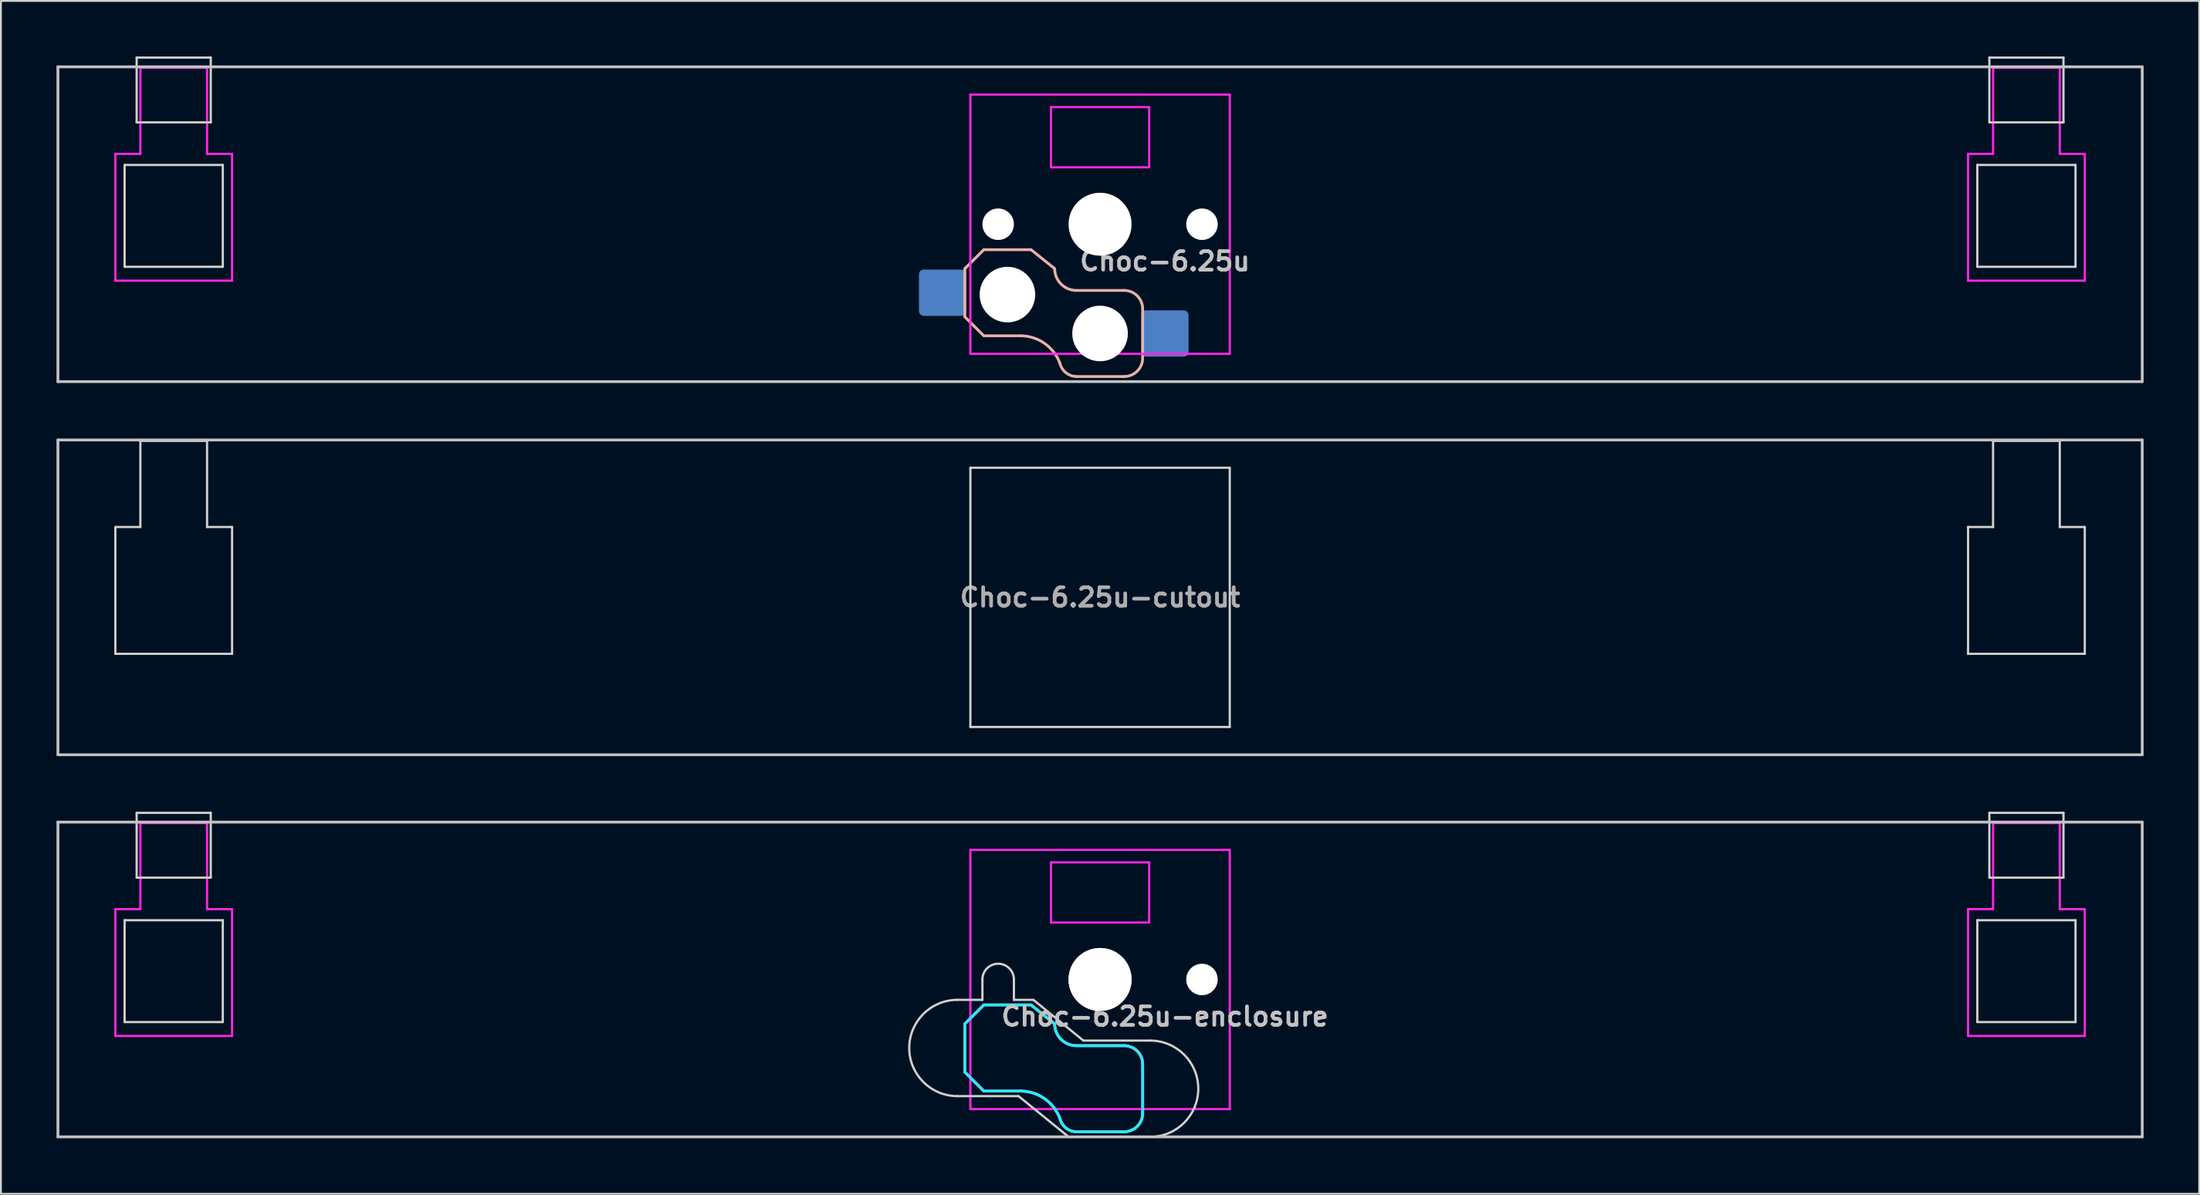
<source format=kicad_pcb>
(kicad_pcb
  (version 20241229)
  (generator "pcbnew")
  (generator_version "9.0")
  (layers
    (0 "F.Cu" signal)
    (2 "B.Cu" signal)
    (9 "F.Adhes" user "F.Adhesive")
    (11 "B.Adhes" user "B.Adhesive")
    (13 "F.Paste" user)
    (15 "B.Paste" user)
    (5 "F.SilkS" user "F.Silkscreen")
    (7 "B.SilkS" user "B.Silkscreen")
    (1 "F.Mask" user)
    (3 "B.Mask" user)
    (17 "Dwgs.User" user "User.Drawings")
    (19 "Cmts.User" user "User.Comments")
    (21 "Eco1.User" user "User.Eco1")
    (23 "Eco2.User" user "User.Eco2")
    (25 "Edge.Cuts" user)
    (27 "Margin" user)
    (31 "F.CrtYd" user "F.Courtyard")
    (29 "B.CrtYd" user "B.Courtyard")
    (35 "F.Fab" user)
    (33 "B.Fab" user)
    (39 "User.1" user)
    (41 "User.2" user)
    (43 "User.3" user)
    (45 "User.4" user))
  (footprint "Choc-6.25u"
    (layer "F.Cu")
    (at 56.326 9.06)
    (property "Reference" "Choc-6.25u" (at 3.5 2 180) (layer "Dwgs.User") (effects (font (size 1 1) (thickness 0.2))))
    (attr through_hole)
    (fp_line (start -7.3 2.4) (end -7.3 5) (stroke (width 0.15) (type solid)) (layer "B.SilkS"))
    (fp_line (start -7.3 2.4) (end -6.275 1.375) (stroke (width 0.15) (type solid)) (layer "B.SilkS"))
    (fp_line (start -7.3 5) (end -6.275 6.025) (stroke (width 0.15) (type solid)) (layer "B.SilkS"))
    (fp_line (start -4.3 6.025) (end -6.275 6.025) (stroke (width 0.15) (type solid)) (layer "B.SilkS"))
    (fp_line (start -3.725 1.375) (end -6.275 1.375) (stroke (width 0.15) (type solid)) (layer "B.SilkS"))
    (fp_line (start -3.725 1.375) (end -2.45 2.4) (stroke (width 0.15) (type solid)) (layer "B.SilkS"))
    (fp_line (start 1.3 3.575) (end -1.275 3.575) (stroke (width 0.15) (type solid)) (layer "B.SilkS"))
    (fp_line (start 1.3 8.225) (end -1.3 8.225) (stroke (width 0.15) (type solid)) (layer "B.SilkS"))
    (fp_line (start 2.3 4.575) (end 2.3 7.225) (stroke (width 0.15) (type solid)) (layer "B.SilkS"))
    (fp_arc (start -4.3 6.025) (mid -2.995114 6.436429) (end -2.162199 7.521904) (stroke (width 0.15) (type solid)) (layer "B.SilkS"))
    (fp_arc (start -1.300995 8.223791) (mid -1.848284 8.016021) (end -2.162199 7.521904) (stroke (width 0.15) (type solid)) (layer "B.SilkS"))
    (fp_arc (start -1.275 3.575) (mid -2.10585 3.23085) (end -2.45 2.4) (stroke (width 0.15) (type solid)) (layer "B.SilkS"))
    (fp_arc (start 1.3 3.575) (mid 2.007107 3.867893) (end 2.3 4.575) (stroke (width 0.15) (type solid)) (layer "B.SilkS"))
    (fp_arc (start 2.3 7.225) (mid 2.007107 7.932107) (end 1.3 8.225) (stroke (width 0.15) (type solid)) (layer "B.SilkS"))
    (fp_line (start -56.25 -8.5) (end 56.25 -8.5) (stroke (width 0.152) (type solid)) (layer "Dwgs.User"))
    (fp_line (start -56.25 8.5) (end -56.25 -8.5) (stroke (width 0.152) (type solid)) (layer "Dwgs.User"))
    (fp_line (start 56.25 -8.5) (end 56.25 8.5) (stroke (width 0.152) (type solid)) (layer "Dwgs.User"))
    (fp_line (start 56.25 8.5) (end -56.25 8.5) (stroke (width 0.152) (type solid)) (layer "Dwgs.User"))
    (fp_line (start -52.65 -3.2) (end -52.65 2.3) (stroke (width 0.12) (type solid)) (layer "Edge.Cuts"))
    (fp_line (start -52.65 -3.2) (end -47.35 -3.2) (stroke (width 0.12) (type solid)) (layer "Edge.Cuts"))
    (fp_line (start -52.65 2.3) (end -47.35 2.3) (stroke (width 0.12) (type solid)) (layer "Edge.Cuts"))
    (fp_line (start -52 -9) (end -52 -5.5) (stroke (width 0.12) (type solid)) (layer "Edge.Cuts"))
    (fp_line (start -52 -9) (end -48 -9) (stroke (width 0.12) (type solid)) (layer "Edge.Cuts"))
    (fp_line (start -52 -5.5) (end -48 -5.5) (stroke (width 0.12) (type solid)) (layer "Edge.Cuts"))
    (fp_line (start -48 -5.5) (end -48 -9) (stroke (width 0.12) (type solid)) (layer "Edge.Cuts"))
    (fp_line (start -47.35 2.3) (end -47.35 -3.2) (stroke (width 0.12) (type solid)) (layer "Edge.Cuts"))
    (fp_line (start 47.35 -3.2) (end 47.35 2.3) (stroke (width 0.12) (type solid)) (layer "Edge.Cuts"))
    (fp_line (start 47.35 -3.2) (end 52.65 -3.2) (stroke (width 0.12) (type solid)) (layer "Edge.Cuts"))
    (fp_line (start 47.35 2.3) (end 52.65 2.3) (stroke (width 0.12) (type solid)) (layer "Edge.Cuts"))
    (fp_line (start 48 -9) (end 48 -5.5) (stroke (width 0.12) (type solid)) (layer "Edge.Cuts"))
    (fp_line (start 48 -9) (end 52 -9) (stroke (width 0.12) (type solid)) (layer "Edge.Cuts"))
    (fp_line (start 48 -5.5) (end 52 -5.5) (stroke (width 0.12) (type solid)) (layer "Edge.Cuts"))
    (fp_line (start 52 -5.5) (end 52 -9) (stroke (width 0.12) (type solid)) (layer "Edge.Cuts"))
    (fp_line (start 52.65 2.3) (end 52.65 -3.2) (stroke (width 0.12) (type solid)) (layer "Edge.Cuts"))
    (fp_line (start -53.15 -3.8) (end -51.8 -3.8) (stroke (width 0.12) (type solid)) (layer "F.CrtYd"))
    (fp_line (start -53.15 3.05) (end -53.15 -3.8) (stroke (width 0.12) (type solid)) (layer "F.CrtYd"))
    (fp_line (start -53.15 3.05) (end -46.85 3.05) (stroke (width 0.12) (type solid)) (layer "F.CrtYd"))
    (fp_line (start -51.8 -8.45) (end -51.8 -3.8) (stroke (width 0.12) (type solid)) (layer "F.CrtYd"))
    (fp_line (start -51.8 -8.45) (end -48.2 -8.45) (stroke (width 0.12) (type solid)) (layer "F.CrtYd"))
    (fp_line (start -48.2 -8.45) (end -48.2 -3.8) (stroke (width 0.12) (type solid)) (layer "F.CrtYd"))
    (fp_line (start -48.2 -3.8) (end -46.85 -3.8) (stroke (width 0.12) (type solid)) (layer "F.CrtYd"))
    (fp_line (start -46.85 3.05) (end -46.85 -3.8) (stroke (width 0.12) (type solid)) (layer "F.CrtYd"))
    (fp_line (start -7 -7) (end -7 7) (stroke (width 0.12) (type solid)) (layer "F.CrtYd"))
    (fp_line (start -7 7) (end 7 7) (stroke (width 0.12) (type solid)) (layer "F.CrtYd"))
    (fp_line (start -2.65 -6.325) (end 2.65 -6.325) (stroke (width 0.12) (type solid)) (layer "F.CrtYd"))
    (fp_line (start -2.65 -3.075) (end -2.65 -6.325) (stroke (width 0.12) (type solid)) (layer "F.CrtYd"))
    (fp_line (start 2.65 -6.325) (end 2.65 -3.075) (stroke (width 0.12) (type solid)) (layer "F.CrtYd"))
    (fp_line (start 2.65 -3.075) (end -2.65 -3.075) (stroke (width 0.12) (type solid)) (layer "F.CrtYd"))
    (fp_line (start 7 -7) (end -7 -7) (stroke (width 0.12) (type solid)) (layer "F.CrtYd"))
    (fp_line (start 7 7) (end 7 -7) (stroke (width 0.12) (type solid)) (layer "F.CrtYd"))
    (fp_line (start 46.85 -3.8) (end 48.2 -3.8) (stroke (width 0.12) (type solid)) (layer "F.CrtYd"))
    (fp_line (start 46.85 3.05) (end 46.85 -3.8) (stroke (width 0.12) (type solid)) (layer "F.CrtYd"))
    (fp_line (start 46.85 3.05) (end 53.15 3.05) (stroke (width 0.12) (type solid)) (layer "F.CrtYd"))
    (fp_line (start 48.2 -8.45) (end 48.2 -3.8) (stroke (width 0.12) (type solid)) (layer "F.CrtYd"))
    (fp_line (start 48.2 -8.45) (end 51.8 -8.45) (stroke (width 0.12) (type solid)) (layer "F.CrtYd"))
    (fp_line (start 51.8 -8.45) (end 51.8 -3.8) (stroke (width 0.12) (type solid)) (layer "F.CrtYd"))
    (fp_line (start 51.8 -3.8) (end 53.15 -3.8) (stroke (width 0.12) (type solid)) (layer "F.CrtYd"))
    (fp_line (start 53.15 3.05) (end 53.15 -3.8) (stroke (width 0.12) (type solid)) (layer "F.CrtYd"))
    (pad "" np_thru_hole circle (at -5.5 0 180) (size 1.7 1.7) (drill 1.7) (layers "*.Cu" "*.Mask"))
    (pad "" np_thru_hole circle (at -5 3.8 90) (size 3 3) (drill 3) (layers "*.Cu" "*.Mask"))
    (pad "" np_thru_hole circle (at 0 0 90) (size 3.4 3.4) (drill 3.4) (layers "*.Cu" "*.Mask"))
    (pad "" np_thru_hole circle (at 0 5.9 90) (size 3 3) (drill 3) (layers "*.Cu" "*.Mask"))
    (pad "" np_thru_hole circle (at 5.5 0 180) (size 1.7 1.7) (drill 1.7) (layers "*.Cu" "*.Mask"))
    (pad "1" smd roundrect (at -8.5 3.7) (size 2.55 2.5) (layers "B.Cu" "B.Mask" "B.Paste") (roundrect_rratio 0.1))
    (pad "2" smd roundrect (at 3.5 5.9) (size 2.55 2.5) (layers "B.Cu" "B.Mask" "B.Paste") (roundrect_rratio 0.1)))
  (footprint "Choc-6.25u-cutout"
    (layer "F.Cu")
    (at 56.326 29.212)
    (property "Reference" "Choc-6.25u-cutout" (at 0 0 180) (layer "F.Fab") (effects (font (size 1 1) (thickness 0.2))))
    (attr through_hole)
    (fp_line (start -56.25 -8.5) (end 56.25 -8.5) (stroke (width 0.152) (type solid)) (layer "Dwgs.User"))
    (fp_line (start -56.25 8.5) (end -56.25 -8.5) (stroke (width 0.152) (type solid)) (layer "Dwgs.User"))
    (fp_line (start 56.25 -8.5) (end 56.25 8.5) (stroke (width 0.152) (type solid)) (layer "Dwgs.User"))
    (fp_line (start 56.25 8.5) (end -56.25 8.5) (stroke (width 0.152) (type solid)) (layer "Dwgs.User"))
    (fp_line (start -53.15 -3.8) (end -51.8 -3.8) (stroke (width 0.12) (type solid)) (layer "Edge.Cuts"))
    (fp_line (start -53.15 3.05) (end -53.15 -3.8) (stroke (width 0.12) (type solid)) (layer "Edge.Cuts"))
    (fp_line (start -53.15 3.05) (end -46.85 3.05) (stroke (width 0.12) (type solid)) (layer "Edge.Cuts"))
    (fp_line (start -51.8 -8.45) (end -51.8 -3.8) (stroke (width 0.12) (type solid)) (layer "Edge.Cuts"))
    (fp_line (start -51.8 -8.45) (end -48.2 -8.45) (stroke (width 0.12) (type solid)) (layer "Edge.Cuts"))
    (fp_line (start -48.2 -8.45) (end -48.2 -3.8) (stroke (width 0.12) (type solid)) (layer "Edge.Cuts"))
    (fp_line (start -48.2 -3.8) (end -46.85 -3.8) (stroke (width 0.12) (type solid)) (layer "Edge.Cuts"))
    (fp_line (start -46.85 3.05) (end -46.85 -3.8) (stroke (width 0.12) (type solid)) (layer "Edge.Cuts"))
    (fp_line (start -7 -7) (end -7 7) (stroke (width 0.12) (type solid)) (layer "Edge.Cuts"))
    (fp_line (start -7 7) (end 7 7) (stroke (width 0.12) (type solid)) (layer "Edge.Cuts"))
    (fp_line (start 7 -7) (end -7 -7) (stroke (width 0.12) (type solid)) (layer "Edge.Cuts"))
    (fp_line (start 7 7) (end 7 -7) (stroke (width 0.12) (type solid)) (layer "Edge.Cuts"))
    (fp_line (start 46.85 -3.8) (end 48.2 -3.8) (stroke (width 0.12) (type solid)) (layer "Edge.Cuts"))
    (fp_line (start 46.85 3.05) (end 46.85 -3.8) (stroke (width 0.12) (type solid)) (layer "Edge.Cuts"))
    (fp_line (start 46.85 3.05) (end 53.15 3.05) (stroke (width 0.12) (type solid)) (layer "Edge.Cuts"))
    (fp_line (start 48.2 -8.45) (end 48.2 -3.8) (stroke (width 0.12) (type solid)) (layer "Edge.Cuts"))
    (fp_line (start 48.2 -8.45) (end 51.8 -8.45) (stroke (width 0.12) (type solid)) (layer "Edge.Cuts"))
    (fp_line (start 51.8 -8.45) (end 51.8 -3.8) (stroke (width 0.12) (type solid)) (layer "Edge.Cuts"))
    (fp_line (start 51.8 -3.8) (end 53.15 -3.8) (stroke (width 0.12) (type solid)) (layer "Edge.Cuts"))
    (fp_line (start 53.15 3.05) (end 53.15 -3.8) (stroke (width 0.12) (type solid)) (layer "Edge.Cuts")))
  (footprint "Choc-6.25u-enclosure"
    (layer "F.Cu")
    (at 56.326 49.849)
    (property "Reference" "Choc-6.25u-enclosure" (at 3.5 2 180) (layer "Dwgs.User") (effects (font (size 1 1) (thickness 0.2))))
    (attr through_hole)
    (fp_line (start -7.3 2.4) (end -7.3 5) (stroke (width 0.15) (type solid)) (layer "B.SilkS"))
    (fp_line (start -7.3 2.4) (end -6.275 1.375) (stroke (width 0.15) (type solid)) (layer "B.SilkS"))
    (fp_line (start -7.3 5) (end -6.275 6.025) (stroke (width 0.15) (type solid)) (layer "B.SilkS"))
    (fp_line (start -4.3 6.025) (end -6.275 6.025) (stroke (width 0.15) (type solid)) (layer "B.SilkS"))
    (fp_line (start -3.725 1.375) (end -6.275 1.375) (stroke (width 0.15) (type solid)) (layer "B.SilkS"))
    (fp_line (start -3.725 1.375) (end -2.45 2.4) (stroke (width 0.15) (type solid)) (layer "B.SilkS"))
    (fp_line (start 1.3 3.575) (end -1.275 3.575) (stroke (width 0.15) (type solid)) (layer "B.SilkS"))
    (fp_line (start 1.3 8.225) (end -1.3 8.225) (stroke (width 0.15) (type solid)) (layer "B.SilkS"))
    (fp_line (start 2.3 4.575) (end 2.3 7.225) (stroke (width 0.15) (type solid)) (layer "B.SilkS"))
    (fp_arc (start -4.3 6.025) (mid -2.995114 6.436429) (end -2.162199 7.521904) (stroke (width 0.15) (type solid)) (layer "B.SilkS"))
    (fp_arc (start -1.300995 8.223791) (mid -1.848284 8.016021) (end -2.162199 7.521904) (stroke (width 0.15) (type solid)) (layer "B.SilkS"))
    (fp_arc (start -1.275 3.575) (mid -2.10585 3.23085) (end -2.45 2.4) (stroke (width 0.15) (type solid)) (layer "B.SilkS"))
    (fp_arc (start 1.3 3.575) (mid 2.007107 3.867893) (end 2.3 4.575) (stroke (width 0.15) (type solid)) (layer "B.SilkS"))
    (fp_arc (start 2.3 7.225) (mid 2.007107 7.932107) (end 1.3 8.225) (stroke (width 0.15) (type solid)) (layer "B.SilkS"))
    (fp_line (start -56.25 -8.5) (end 56.25 -8.5) (stroke (width 0.152) (type solid)) (layer "Dwgs.User"))
    (fp_line (start -56.25 8.5) (end -56.25 -8.5) (stroke (width 0.152) (type solid)) (layer "Dwgs.User"))
    (fp_line (start 56.25 -8.5) (end 56.25 8.5) (stroke (width 0.152) (type solid)) (layer "Dwgs.User"))
    (fp_line (start 56.25 8.5) (end -56.25 8.5) (stroke (width 0.152) (type solid)) (layer "Dwgs.User"))
    (fp_line (start -52.65 -3.2) (end -52.65 2.3) (stroke (width 0.12) (type solid)) (layer "Edge.Cuts"))
    (fp_line (start -52.65 -3.2) (end -47.35 -3.2) (stroke (width 0.12) (type solid)) (layer "Edge.Cuts"))
    (fp_line (start -52.65 2.3) (end -47.35 2.3) (stroke (width 0.12) (type solid)) (layer "Edge.Cuts"))
    (fp_line (start -52 -9) (end -52 -5.5) (stroke (width 0.12) (type solid)) (layer "Edge.Cuts"))
    (fp_line (start -52 -9) (end -48 -9) (stroke (width 0.12) (type solid)) (layer "Edge.Cuts"))
    (fp_line (start -52 -5.5) (end -48 -5.5) (stroke (width 0.12) (type solid)) (layer "Edge.Cuts"))
    (fp_line (start -48 -5.5) (end -48 -9) (stroke (width 0.12) (type solid)) (layer "Edge.Cuts"))
    (fp_line (start -47.35 2.3) (end -47.35 -3.2) (stroke (width 0.12) (type solid)) (layer "Edge.Cuts"))
    (fp_line (start -6.35 0) (end -6.35 1.1) (stroke (width 0.12) (type solid)) (layer "Edge.Cuts"))
    (fp_line (start -6.35 1.1) (end -7.7 1.1) (stroke (width 0.12) (type solid)) (layer "Edge.Cuts"))
    (fp_line (start -4.65 0) (end -4.65 1.1) (stroke (width 0.12) (type solid)) (layer "Edge.Cuts"))
    (fp_line (start -4.65 1.1) (end -3.6 1.1) (stroke (width 0.12) (type solid)) (layer "Edge.Cuts"))
    (fp_line (start -4.4 6.3) (end -7.7 6.3) (stroke (width 0.12) (type solid)) (layer "Edge.Cuts"))
    (fp_line (start -1.7 8.5) (end -4.4 6.3) (stroke (width 0.12) (type solid)) (layer "Edge.Cuts"))
    (fp_line (start -1.7 8.5) (end 2.7 8.5) (stroke (width 0.12) (type solid)) (layer "Edge.Cuts"))
    (fp_line (start -0.9 3.3) (end -3.6 1.1) (stroke (width 0.12) (type solid)) (layer "Edge.Cuts"))
    (fp_line (start -0.9 3.3) (end 2.7 3.3) (stroke (width 0.12) (type solid)) (layer "Edge.Cuts"))
    (fp_line (start 47.35 -3.2) (end 47.35 2.3) (stroke (width 0.12) (type solid)) (layer "Edge.Cuts"))
    (fp_line (start 47.35 -3.2) (end 52.65 -3.2) (stroke (width 0.12) (type solid)) (layer "Edge.Cuts"))
    (fp_line (start 47.35 2.3) (end 52.65 2.3) (stroke (width 0.12) (type solid)) (layer "Edge.Cuts"))
    (fp_line (start 48 -9) (end 48 -5.5) (stroke (width 0.12) (type solid)) (layer "Edge.Cuts"))
    (fp_line (start 48 -9) (end 52 -9) (stroke (width 0.12) (type solid)) (layer "Edge.Cuts"))
    (fp_line (start 48 -5.5) (end 52 -5.5) (stroke (width 0.12) (type solid)) (layer "Edge.Cuts"))
    (fp_line (start 52 -5.5) (end 52 -9) (stroke (width 0.12) (type solid)) (layer "Edge.Cuts"))
    (fp_line (start 52.65 2.3) (end 52.65 -3.2) (stroke (width 0.12) (type solid)) (layer "Edge.Cuts"))
    (fp_arc (start -7.7 6.3) (mid -10.3 3.7) (end -7.7 1.1) (stroke (width 0.12) (type solid)) (layer "Edge.Cuts"))
    (fp_arc (start -6.35 0) (mid -5.5 -0.85) (end -4.65 0) (stroke (width 0.12) (type solid)) (layer "Edge.Cuts"))
    (fp_arc (start 2.7 3.3) (mid 5.3 5.9) (end 2.7 8.5) (stroke (width 0.12) (type solid)) (layer "Edge.Cuts"))
    (fp_line (start -7.3 2.4) (end -7.3 5) (stroke (width 0.15) (type solid)) (layer "B.CrtYd"))
    (fp_line (start -7.3 2.4) (end -6.275 1.375) (stroke (width 0.15) (type solid)) (layer "B.CrtYd"))
    (fp_line (start -7.3 5) (end -6.275 6.025) (stroke (width 0.15) (type solid)) (layer "B.CrtYd"))
    (fp_line (start -4.3 6.025) (end -6.275 6.025) (stroke (width 0.15) (type solid)) (layer "B.CrtYd"))
    (fp_line (start -3.725 1.375) (end -6.275 1.375) (stroke (width 0.15) (type solid)) (layer "B.CrtYd"))
    (fp_line (start -3.725 1.375) (end -2.45 2.4) (stroke (width 0.15) (type solid)) (layer "B.CrtYd"))
    (fp_line (start 1.3 3.575) (end -1.275 3.575) (stroke (width 0.15) (type solid)) (layer "B.CrtYd"))
    (fp_line (start 1.3 8.225) (end -1.3 8.225) (stroke (width 0.15) (type solid)) (layer "B.CrtYd"))
    (fp_line (start 2.3 4.575) (end 2.3 7.225) (stroke (width 0.15) (type solid)) (layer "B.CrtYd"))
    (fp_arc (start -4.3 6.025) (mid -2.995114 6.436429) (end -2.162199 7.521904) (stroke (width 0.15) (type solid)) (layer "B.CrtYd"))
    (fp_arc (start -1.300995 8.223791) (mid -1.848284 8.016021) (end -2.162199 7.521904) (stroke (width 0.15) (type solid)) (layer "B.CrtYd"))
    (fp_arc (start -1.275 3.575) (mid -2.10585 3.23085) (end -2.45 2.4) (stroke (width 0.15) (type solid)) (layer "B.CrtYd"))
    (fp_arc (start 1.3 3.575) (mid 2.007107 3.867893) (end 2.3 4.575) (stroke (width 0.15) (type solid)) (layer "B.CrtYd"))
    (fp_arc (start 2.3 7.225) (mid 2.007107 7.932107) (end 1.3 8.225) (stroke (width 0.15) (type solid)) (layer "B.CrtYd"))
    (fp_line (start -53.15 -3.8) (end -51.8 -3.8) (stroke (width 0.12) (type solid)) (layer "F.CrtYd"))
    (fp_line (start -53.15 3.05) (end -53.15 -3.8) (stroke (width 0.12) (type solid)) (layer "F.CrtYd"))
    (fp_line (start -53.15 3.05) (end -46.85 3.05) (stroke (width 0.12) (type solid)) (layer "F.CrtYd"))
    (fp_line (start -51.8 -8.45) (end -51.8 -3.8) (stroke (width 0.12) (type solid)) (layer "F.CrtYd"))
    (fp_line (start -51.8 -8.45) (end -48.2 -8.45) (stroke (width 0.12) (type solid)) (layer "F.CrtYd"))
    (fp_line (start -48.2 -8.45) (end -48.2 -3.8) (stroke (width 0.12) (type solid)) (layer "F.CrtYd"))
    (fp_line (start -48.2 -3.8) (end -46.85 -3.8) (stroke (width 0.12) (type solid)) (layer "F.CrtYd"))
    (fp_line (start -46.85 3.05) (end -46.85 -3.8) (stroke (width 0.12) (type solid)) (layer "F.CrtYd"))
    (fp_line (start -7 -7) (end -7 7) (stroke (width 0.12) (type solid)) (layer "F.CrtYd"))
    (fp_line (start -7 7) (end 7 7) (stroke (width 0.12) (type solid)) (layer "F.CrtYd"))
    (fp_line (start -2.65 -6.325) (end 2.65 -6.325) (stroke (width 0.12) (type solid)) (layer "F.CrtYd"))
    (fp_line (start -2.65 -3.075) (end -2.65 -6.325) (stroke (width 0.12) (type solid)) (layer "F.CrtYd"))
    (fp_line (start 2.65 -6.325) (end 2.65 -3.075) (stroke (width 0.12) (type solid)) (layer "F.CrtYd"))
    (fp_line (start 2.65 -3.075) (end -2.65 -3.075) (stroke (width 0.12) (type solid)) (layer "F.CrtYd"))
    (fp_line (start 7 -7) (end -7 -7) (stroke (width 0.12) (type solid)) (layer "F.CrtYd"))
    (fp_line (start 7 7) (end 7 -7) (stroke (width 0.12) (type solid)) (layer "F.CrtYd"))
    (fp_line (start 46.85 -3.8) (end 48.2 -3.8) (stroke (width 0.12) (type solid)) (layer "F.CrtYd"))
    (fp_line (start 46.85 3.05) (end 46.85 -3.8) (stroke (width 0.12) (type solid)) (layer "F.CrtYd"))
    (fp_line (start 46.85 3.05) (end 53.15 3.05) (stroke (width 0.12) (type solid)) (layer "F.CrtYd"))
    (fp_line (start 48.2 -8.45) (end 48.2 -3.8) (stroke (width 0.12) (type solid)) (layer "F.CrtYd"))
    (fp_line (start 48.2 -8.45) (end 51.8 -8.45) (stroke (width 0.12) (type solid)) (layer "F.CrtYd"))
    (fp_line (start 51.8 -8.45) (end 51.8 -3.8) (stroke (width 0.12) (type solid)) (layer "F.CrtYd"))
    (fp_line (start 51.8 -3.8) (end 53.15 -3.8) (stroke (width 0.12) (type solid)) (layer "F.CrtYd"))
    (fp_line (start 53.15 3.05) (end 53.15 -3.8) (stroke (width 0.12) (type solid)) (layer "F.CrtYd"))
    (pad "" np_thru_hole circle (at 0 0 90) (size 3.4 3.4) (drill 3.4) (layers "*.Cu" "*.Mask"))
    (pad "" np_thru_hole circle (at 0 0 90) (size 3.4 3.4) (drill 3.4) (layers "*.Cu" "*.Mask"))
    (pad "" np_thru_hole circle (at 5.5 0 180) (size 1.7 1.7) (drill 1.7) (layers "*.Cu" "*.Mask")))
  (gr_rect
    (start -3 -3)
    (end 115.652 61.425)
    (stroke (width 0.1) (type default))
    (fill no)
    (layer "Edge.Cuts")))
</source>
